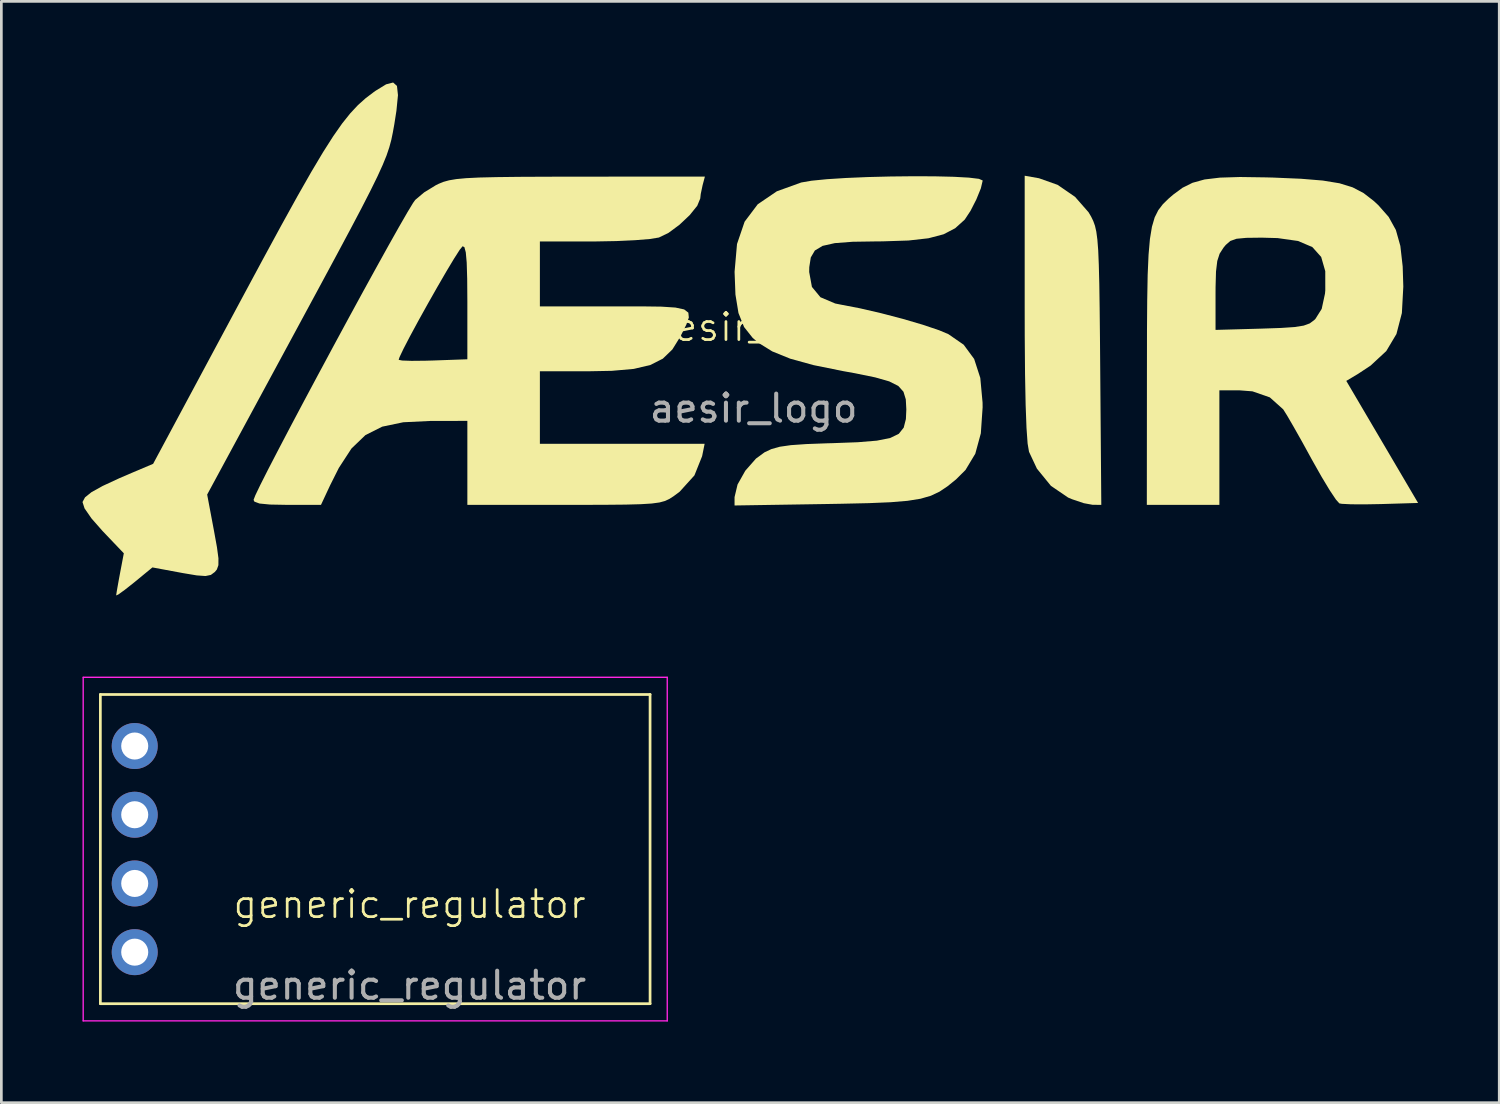
<source format=kicad_pcb>
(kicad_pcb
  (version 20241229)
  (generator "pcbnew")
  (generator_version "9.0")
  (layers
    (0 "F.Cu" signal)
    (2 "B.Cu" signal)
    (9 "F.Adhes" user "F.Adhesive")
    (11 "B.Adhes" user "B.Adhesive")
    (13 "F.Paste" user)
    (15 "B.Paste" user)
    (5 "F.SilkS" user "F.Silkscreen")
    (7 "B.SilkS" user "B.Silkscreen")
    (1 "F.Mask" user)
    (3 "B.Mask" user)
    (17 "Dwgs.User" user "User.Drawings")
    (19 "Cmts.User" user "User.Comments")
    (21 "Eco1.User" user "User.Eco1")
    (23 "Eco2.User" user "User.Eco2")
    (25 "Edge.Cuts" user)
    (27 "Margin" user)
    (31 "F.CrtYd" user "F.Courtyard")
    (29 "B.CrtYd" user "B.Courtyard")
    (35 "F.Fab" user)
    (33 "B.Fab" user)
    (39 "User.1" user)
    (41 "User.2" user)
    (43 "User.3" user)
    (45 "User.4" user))
  (footprint "generic_regulator"
    (layer "F.Cu")
    (at 12.09 30.877)
    (property "Reference" "generic_regulator" (at 0 -0.5 0) (unlocked yes) (layer "F.SilkS") (effects (font (size 1 1) (thickness 0.1))))
    (attr smd)
    (fp_line (start -11.43 3.175) (end -11.43 -8.255) (stroke (width 0.1) (type default)) (layer "F.SilkS"))
    (fp_line (start 8.89 -8.255) (end -11.43 -8.255) (stroke (width 0.1) (type default)) (layer "F.SilkS"))
    (fp_line (start 8.89 3.175) (end -11.43 3.175) (stroke (width 0.1) (type default)) (layer "F.SilkS"))
    (fp_line (start 8.89 3.175) (end 8.89 -8.255) (stroke (width 0.1) (type default)) (layer "F.SilkS"))
    (fp_line (start -12.065 -8.89) (end -12.065 3.81) (stroke (width 0.05) (type default)) (layer "F.CrtYd"))
    (fp_line (start -12.065 3.81) (end 9.525 3.81) (stroke (width 0.05) (type default)) (layer "F.CrtYd"))
    (fp_line (start 9.525 -8.89) (end -12.065 -8.89) (stroke (width 0.05) (type default)) (layer "F.CrtYd"))
    (fp_line (start 9.525 3.81) (end 9.525 -8.89) (stroke (width 0.05) (type default)) (layer "F.CrtYd"))
    (fp_text user "${REFERENCE}" (at 0 2.5 0) (unlocked yes) (layer "F.Fab") (effects (font (size 1 1) (thickness 0.15))))
    (pad "1" thru_hole oval (at -10.16 -6.35) (size 1.7 1.7) (drill 1) (layers "*.Cu" "*.Mask"))
    (pad "2" thru_hole oval (at -10.16 -3.81) (size 1.7 1.7) (drill 1) (layers "*.Cu" "*.Mask"))
    (pad "3" thru_hole oval (at -10.16 -1.27) (size 1.7 1.7) (drill 1) (layers "*.Cu" "*.Mask"))
    (pad "4" thru_hole oval (at -10.16 1.27) (size 1.7 1.7) (drill 1) (layers "*.Cu" "*.Mask")))
  (footprint "aesir_logo"
    (layer "F.Cu")
    (at 24.809 9.545)
    (property "Reference" "aesir_logo" (at 0 -0.5 0) (unlocked yes) (layer "F.SilkS") (effects (font (size 1 1) (thickness 0.1))))
    (attr smd)
    (fp_poly (pts (xy 10.548 -6.006) (xy 11.236 -5.762) (xy 11.881 -5.318) (xy 12.38 -4.749) (xy 12.476 -4.586) (xy 12.554 -4.425) (xy 12.617 -4.25) (xy 12.667 -4.031) (xy 12.706 -3.736) (xy 12.737 -3.337) (xy 12.759 -2.802) (xy 12.777 -2.1) (xy 12.79 -1.202) (xy 12.802 -0.077) (xy 12.811 1.023) (xy 12.851 6.068) (xy 12.529 6.065) (xy 12.201 6.005) (xy 11.77 5.859) (xy 11.625 5.798) (xy 10.989 5.365) (xy 10.471 4.729) (xy 10.179 4.106) (xy 10.127 3.8) (xy 10.086 3.221) (xy 10.054 2.367) (xy 10.032 1.236) (xy 10.021 -0.173) (xy 10.019 -1.236) (xy 10.019 -6.099)) (stroke (width 0) (type solid)) (fill yes) (layer "F.SilkS"))
    (fp_poly (pts (xy -13.185 -9.419) (xy -13.148 -9.078) (xy -13.205 -8.5) (xy -13.283 -8.001) (xy -13.337 -7.701) (xy -13.394 -7.425) (xy -13.469 -7.148) (xy -13.571 -6.846) (xy -13.714 -6.495) (xy -13.908 -6.069) (xy -14.166 -5.544) (xy -14.498 -4.896) (xy -14.918 -4.099) (xy -15.437 -3.129) (xy -16.066 -1.961) (xy -16.817 -0.571) (xy -16.853 -0.504) (xy -20.201 5.687) (xy -19.952 7.01) (xy -19.839 7.634) (xy -19.784 8.043) (xy -19.786 8.297) (xy -19.842 8.456) (xy -19.92 8.55) (xy -20.064 8.657) (xy -20.262 8.698) (xy -20.586 8.675) (xy -21.107 8.588) (xy -21.181 8.574) (xy -22.225 8.38) (xy -22.895 8.931) (xy -23.244 9.207) (xy -23.486 9.381) (xy -23.566 9.416) (xy -23.541 9.253) (xy -23.479 8.902) (xy -23.424 8.605) (xy -23.282 7.858) (xy -24.069 7.033) (xy -24.477 6.569) (xy -24.734 6.197) (xy -24.809 5.963) (xy -24.809 5.962) (xy -24.716 5.79) (xy -24.48 5.6) (xy -24.066 5.369) (xy -23.439 5.079) (xy -22.988 4.885) (xy -22.199 4.551) (xy -18.966 -1.477) (xy -18.154 -2.987) (xy -17.458 -4.268) (xy -16.863 -5.344) (xy -16.355 -6.235) (xy -15.92 -6.965) (xy -15.544 -7.555) (xy -15.213 -8.028) (xy -14.911 -8.406) (xy -14.626 -8.711) (xy -14.342 -8.965) (xy -14.045 -9.19) (xy -13.976 -9.239) (xy -13.586 -9.478) (xy -13.327 -9.545)) (stroke (width 0) (type solid)) (fill yes) (layer "F.SilkS"))
    (fp_poly (pts (xy 18.938 -6.038) (xy 19.204 -6.031) (xy 20.237 -5.987) (xy 21.038 -5.921) (xy 21.656 -5.82) (xy 22.143 -5.669) (xy 22.546 -5.458) (xy 22.917 -5.171) (xy 23.091 -5.011) (xy 23.474 -4.576) (xy 23.74 -4.094) (xy 23.906 -3.503) (xy 23.992 -2.743) (xy 24.015 -2) (xy 23.962 -1.023) (xy 23.761 -0.248) (xy 23.386 0.381) (xy 22.806 0.919) (xy 22.348 1.222) (xy 21.907 1.485) (xy 23.234 3.741) (xy 24.561 5.997) (xy 23.191 6.038) (xy 22.584 6.049) (xy 22.077 6.046) (xy 21.74 6.029) (xy 21.651 6.013) (xy 21.523 5.87) (xy 21.294 5.527) (xy 20.996 5.033) (xy 20.659 4.437) (xy 20.611 4.35) (xy 20.269 3.727) (xy 19.961 3.182) (xy 19.721 2.769) (xy 19.58 2.544) (xy 19.572 2.534) (xy 19.08 2.094) (xy 18.439 1.871) (xy 17.96 1.834) (xy 17.216 1.834) (xy 17.216 3.951) (xy 17.216 6.068) (xy 15.875 6.068) (xy 14.534 6.068) (xy 14.538 1.094) (xy 14.54 -0.324) (xy 14.54 -0.4) (xy 17.074 -0.4) (xy 18.764 -0.447) (xy 19.494 -0.472) (xy 19.998 -0.506) (xy 20.333 -0.559) (xy 20.555 -0.64) (xy 20.719 -0.761) (xy 20.763 -0.803) (xy 20.998 -1.176) (xy 21.12 -1.741) (xy 21.131 -1.861) (xy 21.13 -2.571) (xy 20.979 -3.097) (xy 20.652 -3.462) (xy 20.124 -3.687) (xy 19.368 -3.794) (xy 18.783 -3.81) (xy 18.213 -3.803) (xy 17.85 -3.769) (xy 17.621 -3.688) (xy 17.451 -3.54) (xy 17.367 -3.438) (xy 17.225 -3.217) (xy 17.138 -2.947) (xy 17.091 -2.558) (xy 17.075 -1.979) (xy 17.074 -1.733) (xy 17.074 -0.4) (xy 14.54 -0.4) (xy 14.548 -1.49) (xy 14.565 -2.432) (xy 14.598 -3.18) (xy 14.649 -3.764) (xy 14.723 -4.213) (xy 14.824 -4.558) (xy 14.958 -4.826) (xy 15.128 -5.048) (xy 15.339 -5.254) (xy 15.509 -5.4) (xy 15.853 -5.654) (xy 16.223 -5.838) (xy 16.668 -5.961) (xy 17.236 -6.029) (xy 17.977 -6.052)) (stroke (width 0) (type solid)) (fill yes) (layer "F.SilkS"))
    (fp_poly (pts (xy 6.695 -6.077) (xy 7.396 -6.06) (xy 7.956 -6.029) (xy 8.328 -5.984) (xy 8.467 -5.923) (xy 8.467 -5.922) (xy 8.399 -5.634) (xy 8.232 -5.223) (xy 8.017 -4.802) (xy 7.808 -4.485) (xy 7.791 -4.466) (xy 7.448 -4.157) (xy 7.019 -3.934) (xy 6.459 -3.787) (xy 5.72 -3.704) (xy 4.756 -3.673) (xy 4.566 -3.672) (xy 3.661 -3.658) (xy 3.001 -3.608) (xy 2.547 -3.506) (xy 2.263 -3.335) (xy 2.112 -3.078) (xy 2.056 -2.718) (xy 2.053 -2.54) (xy 2.154 -1.989) (xy 2.47 -1.607) (xy 3.015 -1.376) (xy 3.22 -1.335) (xy 3.923 -1.2) (xy 4.713 -1.017) (xy 5.516 -0.807) (xy 6.255 -0.59) (xy 6.856 -0.387) (xy 7.197 -0.244) (xy 7.763 0.147) (xy 8.151 0.674) (xy 8.378 1.375) (xy 8.462 2.286) (xy 8.464 2.464) (xy 8.398 3.423) (xy 8.193 4.177) (xy 7.831 4.778) (xy 7.482 5.126) (xy 7.166 5.381) (xy 6.869 5.58) (xy 6.55 5.731) (xy 6.17 5.841) (xy 5.688 5.918) (xy 5.064 5.97) (xy 4.257 6.004) (xy 3.227 6.027) (xy 2.646 6.037) (xy -0.706 6.09) (xy -0.706 5.781) (xy -0.595 5.315) (xy -0.309 4.806) (xy 0.086 4.357) (xy 0.405 4.123) (xy 0.66 4.004) (xy 0.966 3.919) (xy 1.377 3.86) (xy 1.949 3.82) (xy 2.739 3.791) (xy 2.902 3.787) (xy 3.851 3.752) (xy 4.553 3.694) (xy 5.046 3.596) (xy 5.365 3.441) (xy 5.547 3.213) (xy 5.628 2.895) (xy 5.644 2.54) (xy 5.624 2.167) (xy 5.538 1.886) (xy 5.347 1.672) (xy 5.011 1.503) (xy 4.492 1.355) (xy 3.75 1.203) (xy 3.316 1.125) (xy 2.214 0.902) (xy 1.352 0.664) (xy 0.687 0.394) (xy 0.176 0.077) (xy -0.036 -0.105) (xy -0.354 -0.506) (xy -0.561 -1.023) (xy -0.673 -1.708) (xy -0.705 -2.548) (xy -0.615 -3.575) (xy -0.334 -4.4) (xy 0.151 -5.044) (xy 0.856 -5.523) (xy 1.758 -5.849) (xy 2.14 -5.915) (xy 2.708 -5.971) (xy 3.414 -6.016) (xy 4.213 -6.05) (xy 5.057 -6.071) (xy 5.9 -6.08)) (stroke (width 0) (type solid)) (fill yes) (layer "F.SilkS"))
    (fp_poly (pts (xy -1.887 -5.75) (xy -1.956 -5.422) (xy -1.974 -5.257) (xy -2.085 -4.988) (xy -2.365 -4.642) (xy -2.744 -4.285) (xy -3.147 -3.987) (xy -3.504 -3.814) (xy -3.506 -3.814) (xy -3.839 -3.76) (xy -4.383 -3.716) (xy -5.069 -3.684) (xy -5.824 -3.67) (xy -5.962 -3.67) (xy -7.902 -3.669) (xy -7.902 -2.469) (xy -7.902 -1.27) (xy -5.151 -1.27) (xy -4.154 -1.27) (xy -3.411 -1.26) (xy -2.892 -1.226) (xy -2.569 -1.157) (xy -2.414 -1.038) (xy -2.396 -0.856) (xy -2.488 -0.597) (xy -2.661 -0.249) (xy -2.716 -0.142) (xy -3.004 0.322) (xy -3.357 0.663) (xy -3.818 0.897) (xy -4.433 1.042) (xy -5.245 1.113) (xy -6.09 1.129) (xy -7.902 1.129) (xy -7.902 2.469) (xy -7.902 3.81) (xy -4.857 3.81) (xy -1.812 3.81) (xy -1.905 4.269) (xy -2.189 4.978) (xy -2.735 5.581) (xy -2.962 5.75) (xy -3.115 5.848) (xy -3.275 5.923) (xy -3.481 5.979) (xy -3.769 6.018) (xy -4.175 6.043) (xy -4.736 6.058) (xy -5.488 6.065) (xy -6.47 6.068) (xy -7.006 6.068) (xy -10.583 6.068) (xy -10.583 4.516) (xy -10.583 2.963) (xy -11.959 2.966) (xy -12.952 3.014) (xy -13.731 3.177) (xy -14.351 3.489) (xy -14.867 3.985) (xy -15.333 4.701) (xy -15.652 5.336) (xy -15.994 6.068) (xy -17.24 6.068) (xy -17.875 6.056) (xy -18.267 6.018) (xy -18.455 5.948) (xy -18.486 5.883) (xy -18.42 5.713) (xy -18.235 5.327) (xy -17.947 4.757) (xy -17.572 4.034) (xy -17.129 3.189) (xy -16.633 2.253) (xy -16.101 1.258) (xy -15.804 0.706) (xy -13.122 0.706) (xy -12.992 0.732) (xy -12.644 0.744) (xy -12.139 0.739) (xy -11.854 0.731) (xy -10.583 0.686) (xy -10.583 -1.433) (xy -10.589 -2.285) (xy -10.607 -2.887) (xy -10.641 -3.267) (xy -10.692 -3.458) (xy -10.758 -3.493) (xy -10.865 -3.362) (xy -11.076 -3.032) (xy -11.363 -2.554) (xy -11.697 -1.978) (xy -12.051 -1.354) (xy -12.396 -0.733) (xy -12.703 -0.165) (xy -12.944 0.299) (xy -13.091 0.609) (xy -13.122 0.706) (xy -15.804 0.706) (xy -15.551 0.234) (xy -14.999 -0.786) (xy -14.462 -1.772) (xy -13.956 -2.692) (xy -13.499 -3.516) (xy -13.108 -4.211) (xy -12.799 -4.747) (xy -12.59 -5.093) (xy -12.511 -5.204) (xy -12.182 -5.482) (xy -11.749 -5.748) (xy -11.642 -5.801) (xy -11.465 -5.873) (xy -11.258 -5.93) (xy -10.99 -5.975) (xy -10.628 -6.009) (xy -10.14 -6.033) (xy -9.495 -6.048) (xy -8.66 -6.058) (xy -7.603 -6.063) (xy -6.439 -6.065) (xy -1.802 -6.068)) (stroke (width 0) (type solid)) (fill yes) (layer "F.SilkS"))
    (fp_text user "${REFERENCE}" (at 0 2.5 0) (unlocked yes) (layer "F.Fab") (effects (font (size 1 1) (thickness 0.15)))))
  (gr_rect
    (start -3 -3)
    (end 52.37 37.712)
    (stroke (width 0.1) (type default))
    (fill no)
    (layer "Edge.Cuts")))
</source>
